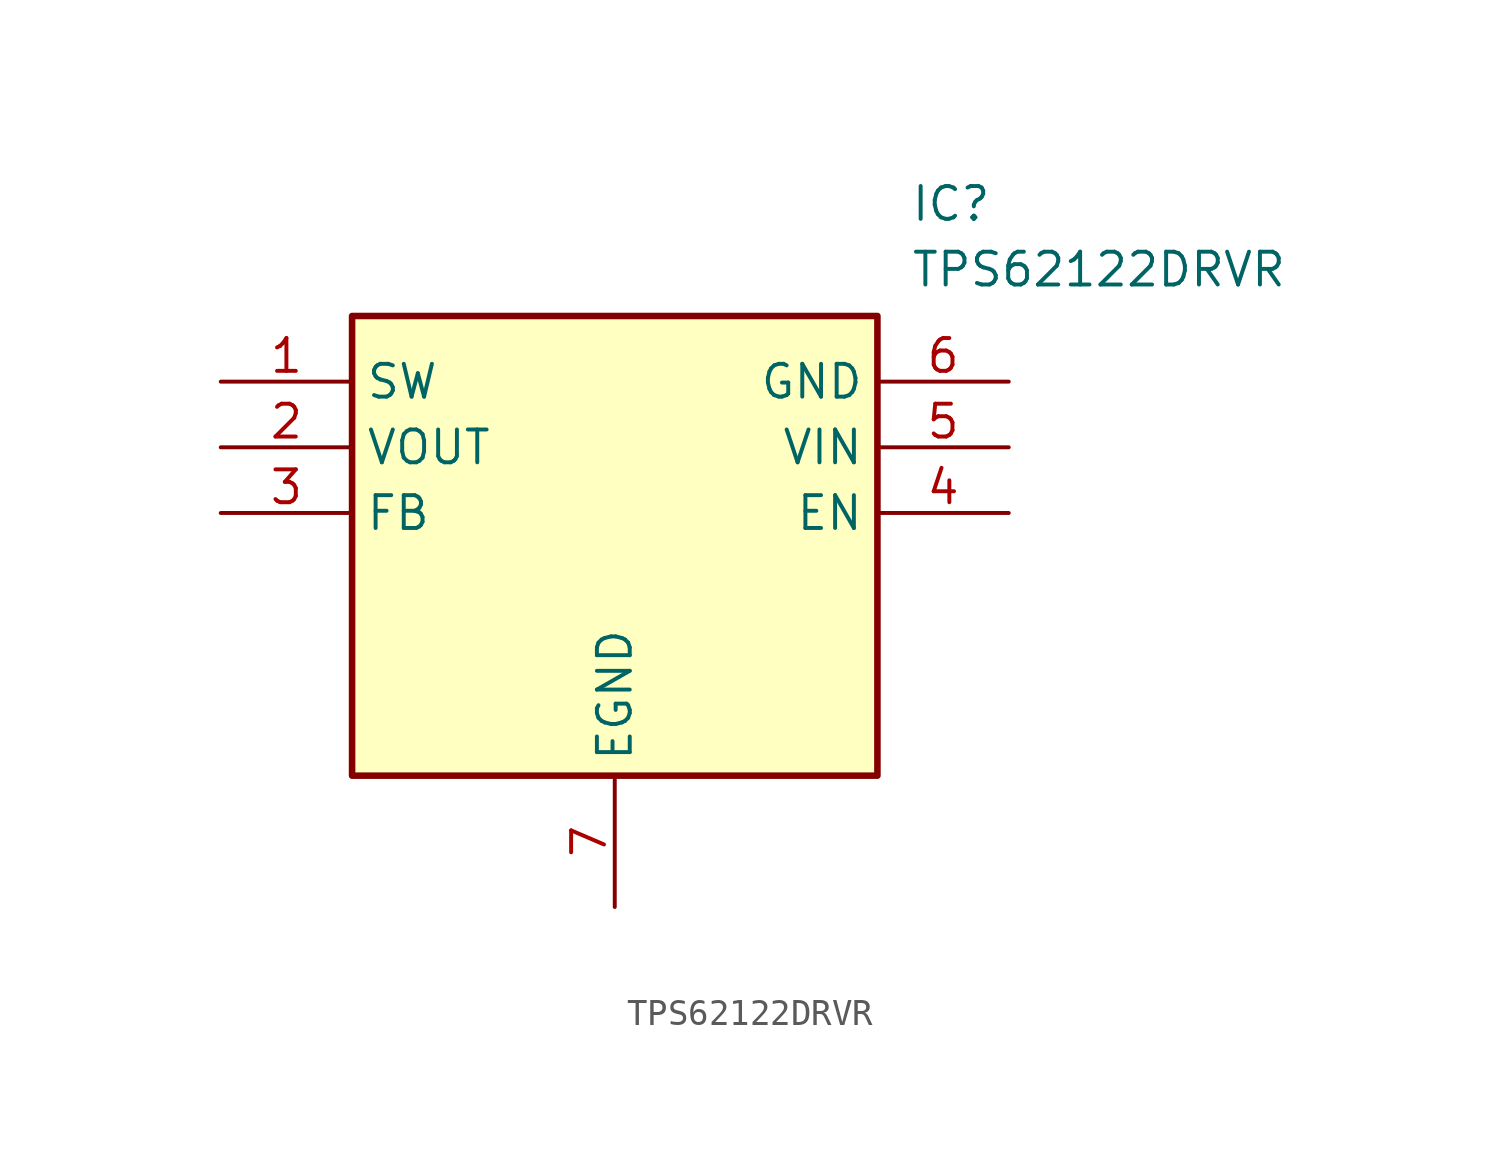
<source format=kicad_sym>
(kicad_symbol_lib
  (version 20211014)
  (generator SamacSys_ECAD_Model)
  (symbol "TPS62122DRVR"
    (property "Reference" "IC"
      (at 26.67 7.62 0)
      (effects (font (size 1.27 1.27)) (justify left top)))
    (property "Value" "TPS62122DRVR"
      (at 26.67 5.08 0)
      (effects (font (size 1.27 1.27)) (justify left top)))
    (rectangle
      (start 5.08 2.54)
      (end 25.4 -15.24)
      (stroke (width 0.254) (type default))
      (fill (type background)))
    (pin passive line
      (at 0 0 0)
      (length 5.08)
      (name "SW" (effects (font (size 1.27 1.27))))
      (number "1" (effects (font (size 1.27 1.27)))))
    (pin passive line
      (at 0 -2.54 0)
      (length 5.08)
      (name "VOUT" (effects (font (size 1.27 1.27))))
      (number "2" (effects (font (size 1.27 1.27)))))
    (pin passive line
      (at 0 -5.08 0)
      (length 5.08)
      (name "FB" (effects (font (size 1.27 1.27))))
      (number "3" (effects (font (size 1.27 1.27)))))
    (pin power_in line
      (at 15.24 -20.32 90)
      (length 5.08)
      (name "EGND" (effects (font (size 1.27 1.27))))
      (number "7" (effects (font (size 1.27 1.27)))))
    (pin power_in line
      (at 30.48 0 180)
      (length 5.08)
      (name "GND" (effects (font (size 1.27 1.27))))
      (number "6" (effects (font (size 1.27 1.27)))))
    (pin power_in line
      (at 30.48 -2.54 180)
      (length 5.08)
      (name "VIN" (effects (font (size 1.27 1.27))))
      (number "5" (effects (font (size 1.27 1.27)))))
    (pin input line
      (at 30.48 -5.08 180)
      (length 5.08)
      (name "EN" (effects (font (size 1.27 1.27))))
      (number "4" (effects (font (size 1.27 1.27)))))))
</source>
